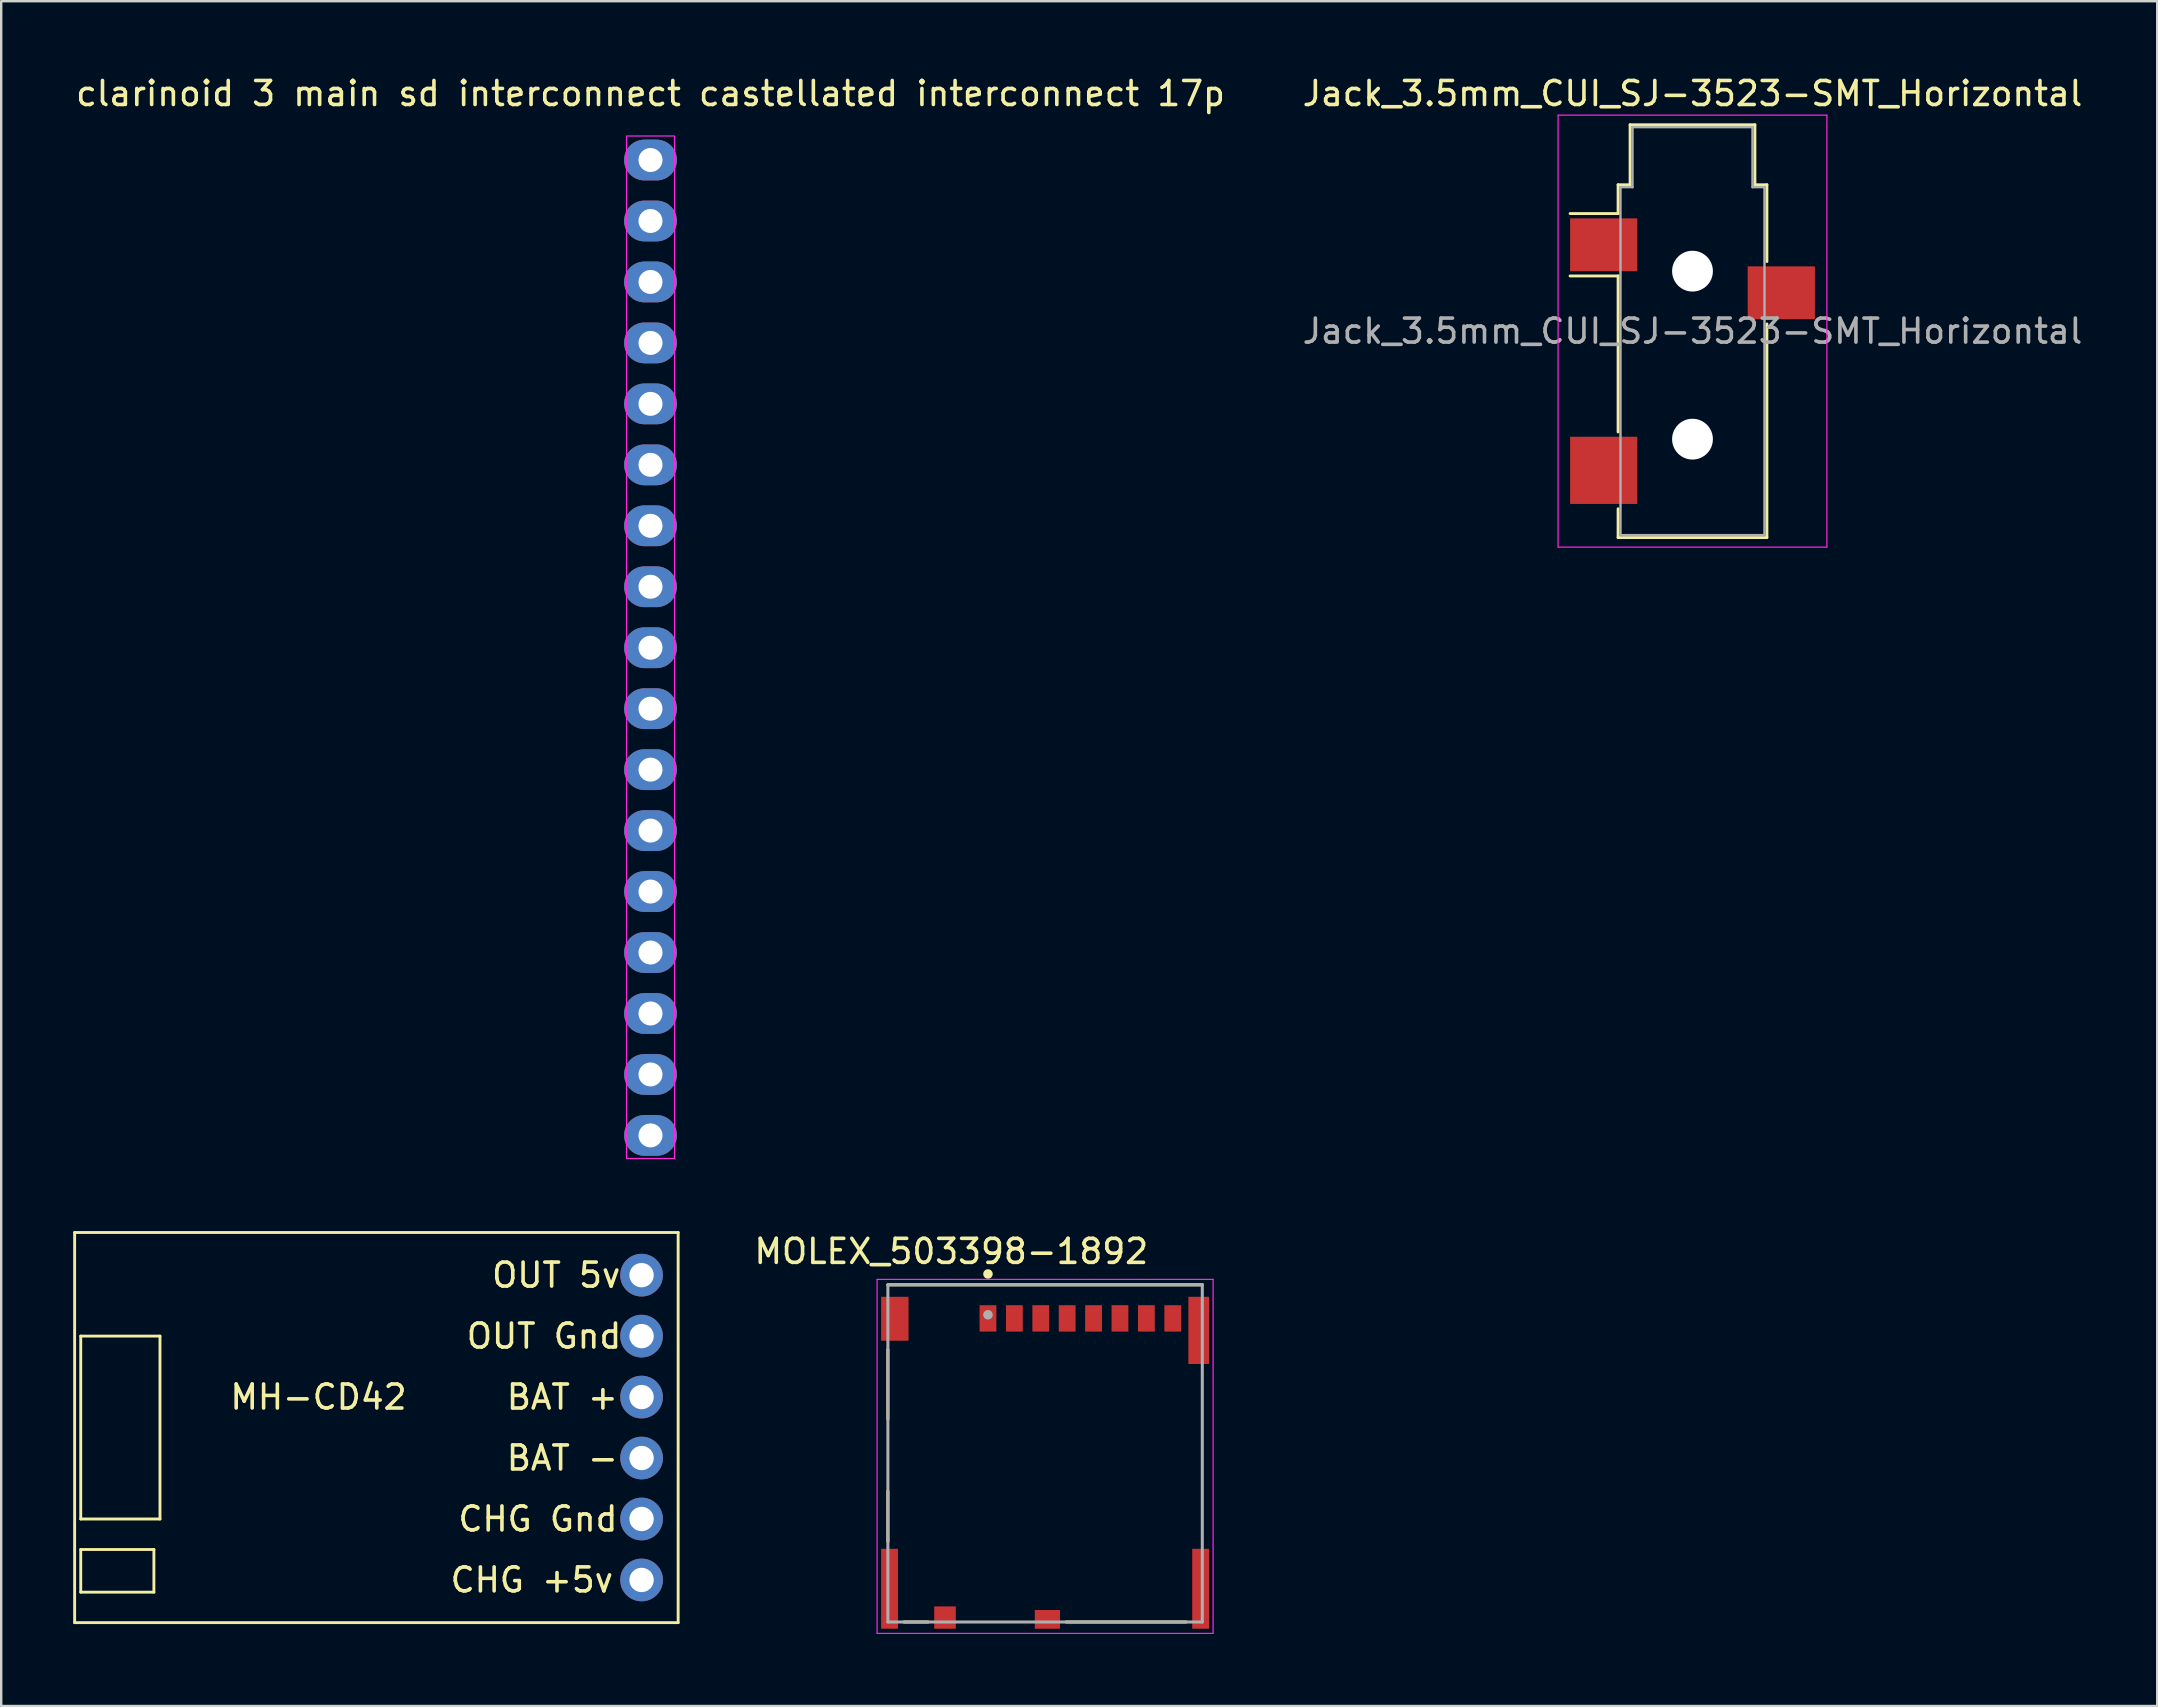
<source format=kicad_pcb>
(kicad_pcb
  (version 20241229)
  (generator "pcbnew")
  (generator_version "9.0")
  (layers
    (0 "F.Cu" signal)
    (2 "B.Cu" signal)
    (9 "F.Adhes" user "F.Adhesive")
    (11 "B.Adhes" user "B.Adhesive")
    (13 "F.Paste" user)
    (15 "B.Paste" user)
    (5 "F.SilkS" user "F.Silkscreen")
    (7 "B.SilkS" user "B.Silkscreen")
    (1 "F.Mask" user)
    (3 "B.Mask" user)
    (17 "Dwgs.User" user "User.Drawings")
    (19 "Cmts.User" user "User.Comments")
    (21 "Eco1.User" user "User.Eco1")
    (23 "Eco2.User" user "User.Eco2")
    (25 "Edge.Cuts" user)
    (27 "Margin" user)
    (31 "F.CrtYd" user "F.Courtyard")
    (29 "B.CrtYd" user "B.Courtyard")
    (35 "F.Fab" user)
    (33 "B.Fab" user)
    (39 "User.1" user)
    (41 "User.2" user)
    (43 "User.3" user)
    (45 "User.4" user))
  (footprint "clarinoid 3 main sd interconnect castellated interconnect 17p"
    (layer "F.Cu")
    (at 24.054 3.618)
    (property "Reference" "clarinoid 3 main sd interconnect castellated interconnect 17p" (at 0 -2.77 0) (layer "F.SilkS") (effects (font (size 1 1) (thickness 0.15))))
    (attr through_hole)
    (fp_rect (start -1 -1) (end 1 41.6) (stroke (width 0.05) (type solid)) (fill no) (layer "F.CrtYd"))
    (pad "1" thru_hole oval (at 0 0) (size 2.2 1.7) (drill 1) (property pad_prop_castellated) (layers "*.Cu" "*.Mask"))
    (pad "2" thru_hole oval (at 0 2.54) (size 2.2 1.7) (drill 1) (property pad_prop_castellated) (layers "*.Cu" "*.Mask"))
    (pad "3" thru_hole oval (at 0 5.08) (size 2.2 1.7) (drill 1) (property pad_prop_castellated) (layers "*.Cu" "*.Mask"))
    (pad "4" thru_hole oval (at 0 7.62) (size 2.2 1.7) (drill 1) (property pad_prop_castellated) (layers "*.Cu" "*.Mask"))
    (pad "5" thru_hole oval (at 0 10.16) (size 2.2 1.7) (drill 1) (property pad_prop_castellated) (layers "*.Cu" "*.Mask"))
    (pad "6" thru_hole oval (at 0 12.7) (size 2.2 1.7) (drill 1) (property pad_prop_castellated) (layers "*.Cu" "*.Mask"))
    (pad "7" thru_hole oval (at 0 15.24) (size 2.2 1.7) (drill 1) (property pad_prop_castellated) (layers "*.Cu" "*.Mask"))
    (pad "8" thru_hole oval (at 0 17.78) (size 2.2 1.7) (drill 1) (property pad_prop_castellated) (layers "*.Cu" "*.Mask"))
    (pad "9" thru_hole oval (at 0 20.32) (size 2.2 1.7) (drill 1) (property pad_prop_castellated) (layers "*.Cu" "*.Mask"))
    (pad "10" thru_hole oval (at 0 22.86) (size 2.2 1.7) (drill 1) (property pad_prop_castellated) (layers "*.Cu" "*.Mask"))
    (pad "11" thru_hole oval (at 0 25.4) (size 2.2 1.7) (drill 1) (property pad_prop_castellated) (layers "*.Cu" "*.Mask"))
    (pad "12" thru_hole oval (at 0 27.94) (size 2.2 1.7) (drill 1) (property pad_prop_castellated) (layers "*.Cu" "*.Mask"))
    (pad "13" thru_hole oval (at 0 30.48) (size 2.2 1.7) (drill 1) (property pad_prop_castellated) (layers "*.Cu" "*.Mask"))
    (pad "14" thru_hole oval (at 0 33.02) (size 2.2 1.7) (drill 1) (property pad_prop_castellated) (layers "*.Cu" "*.Mask"))
    (pad "15" thru_hole oval (at 0 35.56) (size 2.2 1.7) (drill 1) (property pad_prop_castellated) (layers "*.Cu" "*.Mask"))
    (pad "16" thru_hole oval (at 0 38.1) (size 2.2 1.7) (drill 1) (property pad_prop_castellated) (layers "*.Cu" "*.Mask"))
    (pad "17" thru_hole oval (at 0 40.64) (size 2.2 1.7) (drill 1) (property pad_prop_castellated) (layers "*.Cu" "*.Mask")))
  (footprint "MOLEX_503398-1892"
    (layer "F.Cu")
    (at 40.495 57.508)
    (property "Reference" "MOLEX_503398-1892" (at -3.908 -8.416 0) (layer "F.SilkS") (effects (font (size 1.001 1.001) (thickness 0.15))))
    (attr through_hole)
    (fp_line (start -6.55 -7.025) (end 6.55 -7.025) (stroke (width 0.127) (type solid)) (layer "F.SilkS"))
    (fp_line (start -6.55 -4.325) (end -6.55 -1.425) (stroke (width 0.127) (type solid)) (layer "F.SilkS"))
    (fp_line (start -6.55 1.575) (end -6.55 3.675) (stroke (width 0.127) (type solid)) (layer "F.SilkS"))
    (fp_line (start -5.876 7.025) (end -4.874 7.025) (stroke (width 0.127) (type solid)) (layer "F.SilkS"))
    (fp_line (start 0.874 7.025) (end 5.876 7.025) (stroke (width 0.127) (type solid)) (layer "F.SilkS"))
    (fp_circle (center -2.38 -7.475) (end -2.28 -7.475) (stroke (width 0.2) (type solid)) (fill no) (layer "F.SilkS"))
    (fp_line (start -7 -7.25) (end 7 -7.25) (stroke (width 0.05) (type solid)) (layer "F.CrtYd"))
    (fp_line (start -7 7.5) (end -7 -7.25) (stroke (width 0.05) (type solid)) (layer "F.CrtYd"))
    (fp_line (start 7 -7.25) (end 7 7.5) (stroke (width 0.05) (type solid)) (layer "F.CrtYd"))
    (fp_line (start 7 7.5) (end -7 7.5) (stroke (width 0.05) (type solid)) (layer "F.CrtYd"))
    (fp_line (start -6.55 -7.025) (end 6.55 -7.025) (stroke (width 0.127) (type solid)) (layer "F.Fab"))
    (fp_line (start -6.55 7.025) (end -6.55 -7.025) (stroke (width 0.127) (type solid)) (layer "F.Fab"))
    (fp_line (start 6.55 -7.025) (end 6.55 7.025) (stroke (width 0.127) (type solid)) (layer "F.Fab"))
    (fp_line (start 6.55 7.025) (end -6.55 7.025) (stroke (width 0.127) (type solid)) (layer "F.Fab"))
    (fp_circle (center -2.38 -5.775) (end -2.28 -5.775) (stroke (width 0.2) (type solid)) (fill no) (layer "F.Fab"))
    (pad "1" smd rect (at -2.38 -5.625) (size 0.7 1.1) (layers "F.Cu" "F.Mask" "F.Paste"))
    (pad "2" smd rect (at -1.28 -5.625) (size 0.7 1.1) (layers "F.Cu" "F.Mask" "F.Paste"))
    (pad "3" smd rect (at -0.18 -5.625) (size 0.7 1.1) (layers "F.Cu" "F.Mask" "F.Paste"))
    (pad "4" smd rect (at 0.92 -5.625) (size 0.7 1.1) (layers "F.Cu" "F.Mask" "F.Paste"))
    (pad "5" smd rect (at 2.02 -5.625) (size 0.7 1.1) (layers "F.Cu" "F.Mask" "F.Paste"))
    (pad "6" smd rect (at 3.12 -5.625) (size 0.7 1.1) (layers "F.Cu" "F.Mask" "F.Paste"))
    (pad "7" smd rect (at 4.22 -5.625) (size 0.7 1.1) (layers "F.Cu" "F.Mask" "F.Paste"))
    (pad "8" smd rect (at 5.32 -5.625) (size 0.7 1.1) (layers "F.Cu" "F.Mask" "F.Paste"))
    (pad "9" smd rect (at -4.17 6.84) (size 0.9 0.93) (layers "F.Cu" "F.Mask" "F.Paste"))
    (pad "10" smd rect (at 0.095 6.915) (size 1.05 0.78) (layers "F.Cu" "F.Mask" "F.Paste"))
    (pad "P1" smd rect (at -6.26 -5.61) (size 1.14 1.83) (layers "F.Cu" "F.Mask" "F.Paste"))
    (pad "P2" smd rect (at 6.4 -5.125) (size 0.86 2.8) (layers "F.Cu" "F.Mask" "F.Paste"))
    (pad "P3" smd rect (at -6.48 5.64) (size 0.7 3.33) (layers "F.Cu" "F.Mask" "F.Paste"))
    (pad "P4" smd rect (at 6.48 5.64) (size 0.7 3.33) (layers "F.Cu" "F.Mask" "F.Paste"))
    (zone (net_name "") (layer "F.Cu") (hatch full 0.508) (connect_pads) (min_thickness 0.01) (filled_areas_thickness no) (keepout (tracks not_allowed) (vias not_allowed) (pads not_allowed) (copperpour not_allowed) (footprints allowed)) (placement (enabled no)) (fill) (polygon (pts (xy 33.658 56.383) (xy 34.365 56.383) (xy 34.365 58.784) (xy 33.658 58.784))))
    (zone (net_name "") (layer "F.Cu") (hatch full 0.508) (connect_pads) (min_thickness 0.01) (filled_areas_thickness no) (keepout (tracks not_allowed) (vias not_allowed) (pads not_allowed) (copperpour not_allowed) (footprints allowed)) (placement (enabled no)) (fill) (polygon (pts (xy 35.249 62.083) (xy 35.81 62.083) (xy 35.81 64.246) (xy 35.249 64.246))))
    (zone (net_name "") (layer "F.Cu") (hatch full 0.508) (connect_pads) (min_thickness 0.01) (filled_areas_thickness no) (keepout (tracks not_allowed) (vias not_allowed) (pads not_allowed) (copperpour not_allowed) (footprints allowed)) (placement (enabled no)) (fill) (polygon (pts (xy 37.272 63.883) (xy 37.825 63.883) (xy 37.825 64.438) (xy 37.272 64.438))))
    (zone (net_name "") (layer "F.Cu") (hatch full 0.508) (connect_pads) (min_thickness 0.0001) (filled_areas_thickness no) (keepout (tracks not_allowed) (vias not_allowed) (pads not_allowed) (copperpour not_allowed) (footprints allowed)) (placement (enabled no)) (fill) (polygon (pts (xy 37.325 53.783) (xy 37.325 58.783) (xy 36.675 58.783) (xy 36.675 61.383) (xy 41.065 61.383) (xy 41.065 62.633) (xy 38.765 62.633) (xy 38.765 64.813) (xy 40.065 64.813) (xy 40.065 64.033) (xy 46.625 64.033) (xy 46.625 61.483) (xy 47.325 61.483) (xy 47.325 53.783))))
    (zone (net_name "") (layers "F.Cu" "B.Cu") (hatch full 0.508) (connect_pads) (min_thickness 0.01) (filled_areas_thickness no) (keepout (tracks allowed) (vias not_allowed) (pads allowed) (copperpour allowed) (footprints allowed)) (placement (enabled no)) (fill) (polygon (pts (xy 33.653 56.383) (xy 34.365 56.383) (xy 34.365 58.785) (xy 33.653 58.785))))
    (zone (net_name "") (layers "F.Cu" "B.Cu") (hatch full 0.508) (connect_pads) (min_thickness 0.01) (filled_areas_thickness no) (keepout (tracks allowed) (vias not_allowed) (pads allowed) (copperpour allowed) (footprints allowed)) (placement (enabled no)) (fill) (polygon (pts (xy 35.256 62.083) (xy 35.81 62.083) (xy 35.81 64.237) (xy 35.256 64.237))))
    (zone (net_name "") (layers "F.Cu" "B.Cu") (hatch full 0.508) (connect_pads) (min_thickness 0.01) (filled_areas_thickness no) (keepout (tracks allowed) (vias not_allowed) (pads allowed) (copperpour allowed) (footprints allowed)) (placement (enabled no)) (fill) (polygon (pts (xy 37.269 63.883) (xy 37.825 63.883) (xy 37.825 64.444) (xy 37.269 64.444))))
    (zone (net_name "") (layers "F.Cu" "B.Cu") (hatch full 0.508) (connect_pads) (min_thickness 0.0001) (filled_areas_thickness no) (keepout (tracks allowed) (vias not_allowed) (pads allowed) (copperpour allowed) (footprints allowed)) (placement (enabled no)) (fill) (polygon (pts (xy 37.325 53.783) (xy 37.325 58.783) (xy 36.675 58.783) (xy 36.675 61.383) (xy 41.065 61.383) (xy 41.065 62.633) (xy 38.765 62.633) (xy 38.765 64.813) (xy 40.065 64.813) (xy 40.065 64.033) (xy 46.625 64.033) (xy 46.625 61.483) (xy 47.325 61.483) (xy 47.325 53.783)))))
  (footprint "Jack_3.5mm_CUI_SJ-3523-SMT_Horizontal"
    (layer "F.Cu")
    (at 67.47 10.748)
    (property "Reference" "Jack_3.5mm_CUI_SJ-3523-SMT_Horizontal" (at 0 -9.9 0) (layer "F.SilkS") (effects (font (size 1 1) (thickness 0.15))))
    (attr smd)
    (fp_line (start -3.1 -6.1) (end -2.6 -6.1) (stroke (width 0.12) (type solid)) (layer "F.SilkS"))
    (fp_line (start -3.1 -4.9) (end -5.1 -4.9) (stroke (width 0.12) (type solid)) (layer "F.SilkS"))
    (fp_line (start -3.1 -4.9) (end -3.1 -6.1) (stroke (width 0.12) (type solid)) (layer "F.SilkS"))
    (fp_line (start -3.1 -2.3) (end -5.1 -2.3) (stroke (width 0.12) (type solid)) (layer "F.SilkS"))
    (fp_line (start -3.1 4.2) (end -3.1 -2.3) (stroke (width 0.12) (type solid)) (layer "F.SilkS"))
    (fp_line (start -3.1 8.6) (end -3.1 7.4) (stroke (width 0.12) (type solid)) (layer "F.SilkS"))
    (fp_line (start -2.6 -8.6) (end 2.6 -8.6) (stroke (width 0.12) (type solid)) (layer "F.SilkS"))
    (fp_line (start -2.6 -6.1) (end -2.6 -8.6) (stroke (width 0.12) (type solid)) (layer "F.SilkS"))
    (fp_line (start 2.6 -8.6) (end 2.6 -6.1) (stroke (width 0.12) (type solid)) (layer "F.SilkS"))
    (fp_line (start 2.6 -6.1) (end 3.1 -6.1) (stroke (width 0.12) (type solid)) (layer "F.SilkS"))
    (fp_line (start 3.1 -6.1) (end 3.1 -2.9) (stroke (width 0.12) (type solid)) (layer "F.SilkS"))
    (fp_line (start 3.1 -0.3) (end 3.1 8.6) (stroke (width 0.12) (type solid)) (layer "F.SilkS"))
    (fp_line (start 3.1 8.6) (end -3.1 8.6) (stroke (width 0.12) (type solid)) (layer "F.SilkS"))
    (fp_line (start -5.6 -9) (end 5.6 -9) (stroke (width 0.05) (type solid)) (layer "F.CrtYd"))
    (fp_line (start -5.6 9) (end -5.6 -9) (stroke (width 0.05) (type solid)) (layer "F.CrtYd"))
    (fp_line (start 5.6 -9) (end 5.6 9) (stroke (width 0.05) (type solid)) (layer "F.CrtYd"))
    (fp_line (start 5.6 9) (end -5.6 9) (stroke (width 0.05) (type solid)) (layer "F.CrtYd"))
    (fp_line (start -3 -6) (end -2.5 -6) (stroke (width 0.1) (type solid)) (layer "F.Fab"))
    (fp_line (start -3 8.5) (end -3 -6) (stroke (width 0.1) (type solid)) (layer "F.Fab"))
    (fp_line (start -2.5 -8.5) (end 2.5 -8.5) (stroke (width 0.1) (type solid)) (layer "F.Fab"))
    (fp_line (start -2.5 -6) (end -2.5 -8.5) (stroke (width 0.1) (type solid)) (layer "F.Fab"))
    (fp_line (start 2.5 -8.5) (end 2.5 -6) (stroke (width 0.1) (type solid)) (layer "F.Fab"))
    (fp_line (start 2.5 -6) (end 3 -6) (stroke (width 0.1) (type solid)) (layer "F.Fab"))
    (fp_line (start 3 -6) (end 3 8.5) (stroke (width 0.1) (type solid)) (layer "F.Fab"))
    (fp_line (start 3 8.5) (end -3 8.5) (stroke (width 0.1) (type solid)) (layer "F.Fab"))
    (fp_text user "${REFERENCE}" (at 0 0 0) (layer "F.Fab") (effects (font (size 1 1) (thickness 0.15))))
    (pad "" np_thru_hole circle (at 0 -2.5) (size 1.7 1.7) (drill 1.7) (layers "*.Cu" "*.Mask"))
    (pad "" np_thru_hole circle (at 0 4.5) (size 1.7 1.7) (drill 1.7) (layers "*.Cu" "*.Mask"))
    (pad "1" smd rect (at -3.7 -3.6) (size 2.8 2.2) (layers "F.Cu" "F.Mask" "F.Paste"))
    (pad "2" smd rect (at 3.7 -1.6) (size 2.8 2.2) (layers "F.Cu" "F.Mask" "F.Paste"))
    (pad "3" smd rect (at -3.7 5.8) (size 2.8 2.8) (layers "F.Cu" "F.Mask" "F.Paste")))
  (footprint "MH-CD42"
    (layer "F.Cu")
    (at 12.76 58.463)
    (property "Reference" "MH-CD42" (at -2.54 -3.302 0) (layer "F.SilkS") (effects (font (size 1 1) (thickness 0.15))))
    (attr through_hole)
    (fp_line (start -12.7 -10.16) (end 12.446 -10.16) (stroke (width 0.12) (type solid)) (layer "F.SilkS"))
    (fp_line (start -12.7 6.096) (end -12.7 -10.16) (stroke (width 0.12) (type solid)) (layer "F.SilkS"))
    (fp_line (start -12.446 -5.842) (end -9.144 -5.842) (stroke (width 0.12) (type solid)) (layer "F.SilkS"))
    (fp_line (start -12.446 1.778) (end -12.446 -5.842) (stroke (width 0.12) (type solid)) (layer "F.SilkS"))
    (fp_line (start -12.446 3.048) (end -9.398 3.048) (stroke (width 0.12) (type solid)) (layer "F.SilkS"))
    (fp_line (start -12.446 4.826) (end -12.446 3.048) (stroke (width 0.12) (type solid)) (layer "F.SilkS"))
    (fp_line (start -9.398 3.048) (end -9.398 4.826) (stroke (width 0.12) (type solid)) (layer "F.SilkS"))
    (fp_line (start -9.398 4.826) (end -12.446 4.826) (stroke (width 0.12) (type solid)) (layer "F.SilkS"))
    (fp_line (start -9.144 -5.842) (end -9.144 1.778) (stroke (width 0.12) (type solid)) (layer "F.SilkS"))
    (fp_line (start -9.144 1.778) (end -12.446 1.778) (stroke (width 0.12) (type solid)) (layer "F.SilkS"))
    (fp_line (start 12.446 -10.16) (end 12.446 6.096) (stroke (width 0.12) (type solid)) (layer "F.SilkS"))
    (fp_line (start 12.446 6.096) (end -12.7 6.096) (stroke (width 0.12) (type solid)) (layer "F.SilkS"))
    (fp_text user "BAT -" (at 7.62 -0.762 0) (layer "F.SilkS") (effects (font (size 1 1) (thickness 0.15))))
    (fp_text user "OUT 5v" (at 7.366 -8.382 0) (layer "F.SilkS") (effects (font (size 1 1) (thickness 0.15))))
    (fp_text user "BAT +" (at 7.62 -3.302 0) (layer "F.SilkS") (effects (font (size 1 1) (thickness 0.15))))
    (fp_text user "OUT Gnd" (at 6.858 -5.842 0) (layer "F.SilkS") (effects (font (size 1 1) (thickness 0.15))))
    (fp_text user "CHG +5v" (at 6.35 4.318 0) (layer "F.SilkS") (effects (font (size 1 1) (thickness 0.15))))
    (fp_text user "CHG Gnd" (at 6.604 1.778 0) (layer "F.SilkS") (effects (font (size 1 1) (thickness 0.15))))
    (pad "1" thru_hole circle (at 10.922 -8.382) (size 1.778 1.778) (drill 1.016) (layers "*.Cu" "*.Mask"))
    (pad "2" thru_hole circle (at 10.922 -5.842) (size 1.778 1.778) (drill 1.016) (layers "*.Cu" "*.Mask"))
    (pad "3" thru_hole circle (at 10.922 -3.302) (size 1.778 1.778) (drill 1.016) (layers "*.Cu" "*.Mask"))
    (pad "4" thru_hole circle (at 10.922 -0.762) (size 1.778 1.778) (drill 1.016) (layers "*.Cu" "*.Mask"))
    (pad "5" thru_hole circle (at 10.922 1.778) (size 1.778 1.778) (drill 1.016) (layers "*.Cu" "*.Mask"))
    (pad "6" thru_hole circle (at 10.922 4.318) (size 1.778 1.778) (drill 1.016) (layers "*.Cu" "*.Mask")))
  (gr_rect
    (start -3 -3)
    (end 86.833 68.033)
    (stroke (width 0.1) (type default))
    (fill no)
    (layer "Edge.Cuts")))
</source>
